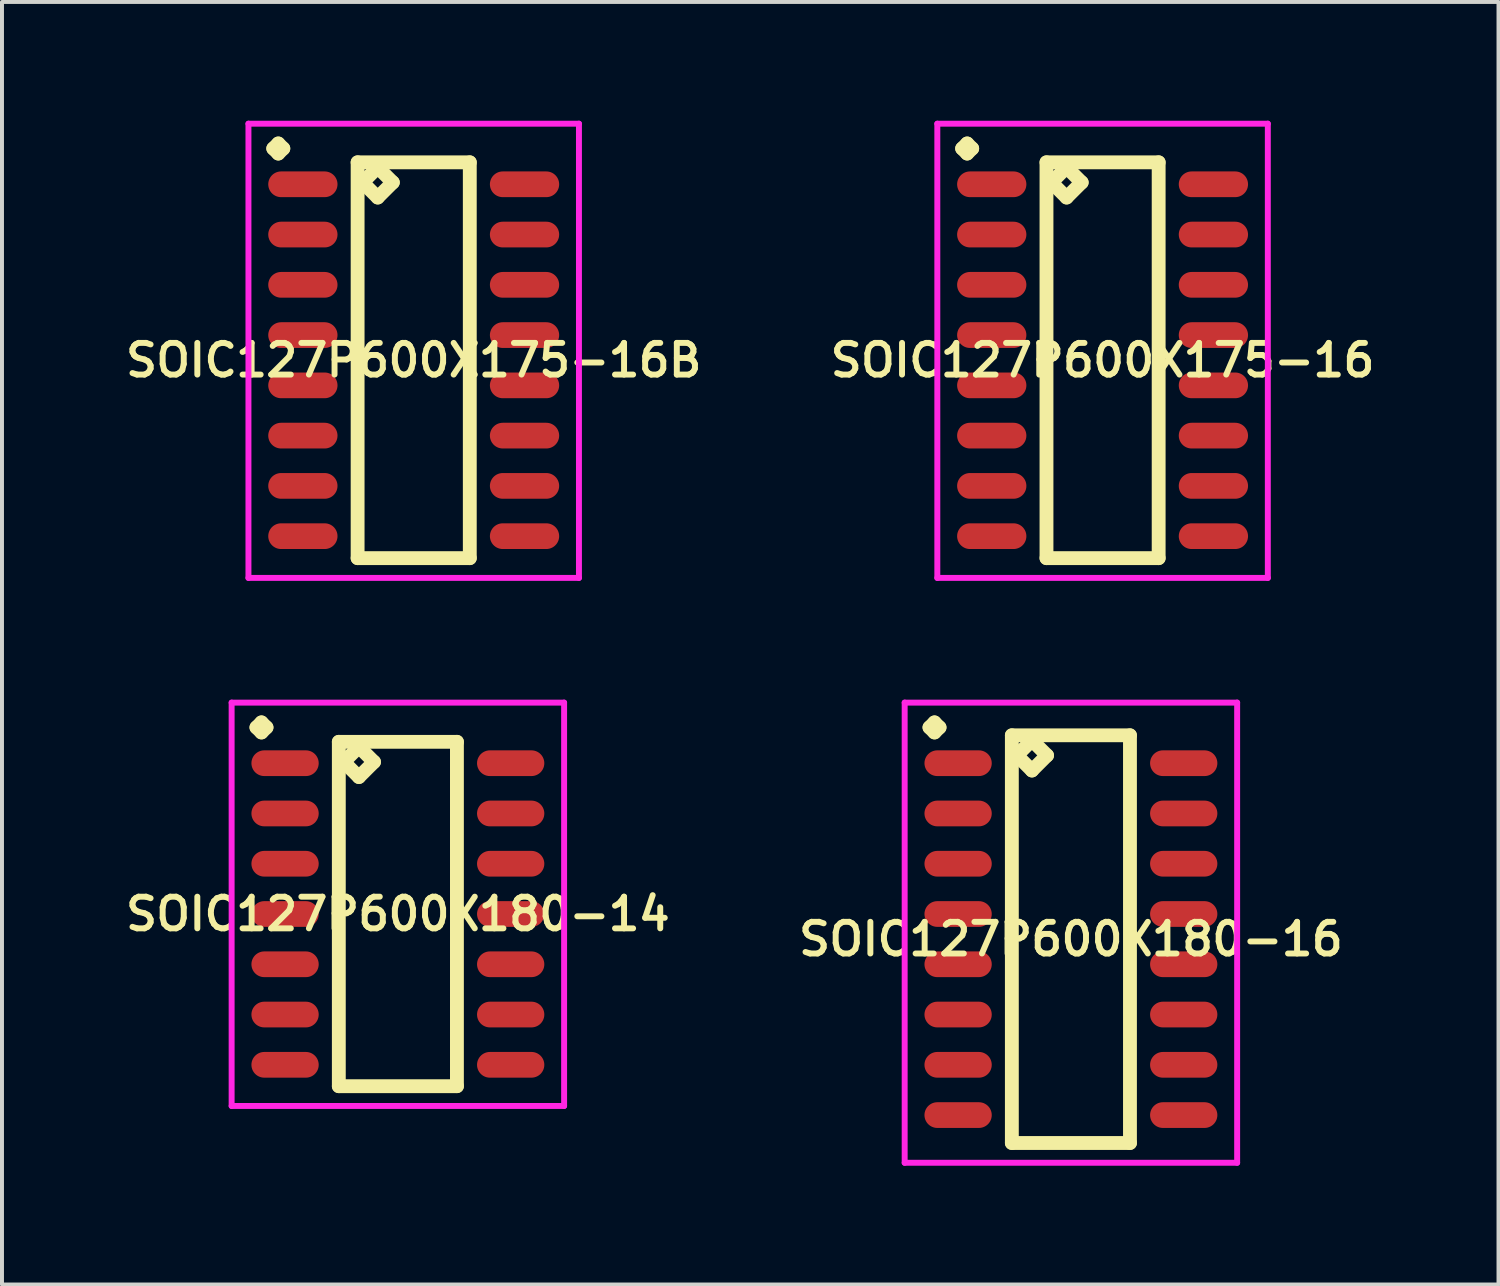
<source format=kicad_pcb>
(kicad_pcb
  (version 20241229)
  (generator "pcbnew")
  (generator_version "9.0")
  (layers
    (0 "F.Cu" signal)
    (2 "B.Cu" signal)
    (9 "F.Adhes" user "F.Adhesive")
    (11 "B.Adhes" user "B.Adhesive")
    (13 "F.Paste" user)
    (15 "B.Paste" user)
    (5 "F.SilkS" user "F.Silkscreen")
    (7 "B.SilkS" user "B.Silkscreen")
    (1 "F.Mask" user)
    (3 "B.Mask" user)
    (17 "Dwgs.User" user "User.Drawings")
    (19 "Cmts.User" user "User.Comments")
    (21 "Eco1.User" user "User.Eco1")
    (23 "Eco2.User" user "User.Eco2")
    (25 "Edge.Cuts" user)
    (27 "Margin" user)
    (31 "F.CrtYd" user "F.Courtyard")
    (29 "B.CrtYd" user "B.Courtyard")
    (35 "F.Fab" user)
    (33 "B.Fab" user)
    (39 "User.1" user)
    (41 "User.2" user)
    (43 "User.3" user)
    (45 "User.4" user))
  (footprint "SOIC127P600X175-16B"
    (layer "F.Cu")
    (at 7.402 6.051)
    (property "Reference" "SOIC127P600X175-16B" (at 0 0 0) (layer "F.SilkS") (effects (font (size 0.8 0.8) (thickness 0.15))))
    (attr smd)
    (fp_line (start -3.548 -5.349) (end -3.421 -5.476) (stroke (width 0.35) (type solid)) (layer "F.SilkS"))
    (fp_line (start -3.421 -5.476) (end -3.294 -5.349) (stroke (width 0.35) (type solid)) (layer "F.SilkS"))
    (fp_line (start -3.421 -5.222) (end -3.548 -5.349) (stroke (width 0.35) (type solid)) (layer "F.SilkS"))
    (fp_line (start -3.294 -5.349) (end -3.421 -5.222) (stroke (width 0.35) (type solid)) (layer "F.SilkS"))
    (fp_line (start -1.417 -5) (end -1.417 5) (stroke (width 0.35) (type solid)) (layer "F.SilkS"))
    (fp_line (start -1.417 5) (end 1.417 5) (stroke (width 0.35) (type solid)) (layer "F.SilkS"))
    (fp_line (start -1.29 -4.492) (end -0.909 -4.873) (stroke (width 0.35) (type solid)) (layer "F.SilkS"))
    (fp_line (start -0.909 -4.873) (end -0.528 -4.492) (stroke (width 0.35) (type solid)) (layer "F.SilkS"))
    (fp_line (start -0.909 -4.111) (end -1.29 -4.492) (stroke (width 0.35) (type solid)) (layer "F.SilkS"))
    (fp_line (start -0.528 -4.492) (end -0.909 -4.111) (stroke (width 0.35) (type solid)) (layer "F.SilkS"))
    (fp_line (start 1.417 -5) (end -1.417 -5) (stroke (width 0.35) (type solid)) (layer "F.SilkS"))
    (fp_line (start 1.417 5) (end 1.417 -5) (stroke (width 0.35) (type solid)) (layer "F.SilkS"))
    (fp_line (start -4.175 -5.976) (end 4.175 -5.976) (stroke (width 0.15) (type solid)) (layer "F.CrtYd"))
    (fp_line (start -4.175 5.5) (end -4.175 -5.976) (stroke (width 0.15) (type solid)) (layer "F.CrtYd"))
    (fp_line (start 4.175 -5.976) (end 4.175 5.5) (stroke (width 0.15) (type solid)) (layer "F.CrtYd"))
    (fp_line (start 4.175 5.5) (end -4.175 5.5) (stroke (width 0.15) (type solid)) (layer "F.CrtYd"))
    (pad "1" smd oval (at -2.8 -4.445) (size 1.75 0.65) (layers "F.Cu" "F.Mask" "F.Paste"))
    (pad "2" smd oval (at -2.8 -3.175) (size 1.75 0.65) (layers "F.Cu" "F.Mask" "F.Paste"))
    (pad "3" smd oval (at -2.8 -1.905) (size 1.75 0.65) (layers "F.Cu" "F.Mask" "F.Paste"))
    (pad "4" smd oval (at -2.8 -0.635) (size 1.75 0.65) (layers "F.Cu" "F.Mask" "F.Paste"))
    (pad "5" smd oval (at -2.8 0.635) (size 1.75 0.65) (layers "F.Cu" "F.Mask" "F.Paste"))
    (pad "6" smd oval (at -2.8 1.905) (size 1.75 0.65) (layers "F.Cu" "F.Mask" "F.Paste"))
    (pad "7" smd oval (at -2.8 3.175) (size 1.75 0.65) (layers "F.Cu" "F.Mask" "F.Paste"))
    (pad "8" smd oval (at -2.8 4.445) (size 1.75 0.65) (layers "F.Cu" "F.Mask" "F.Paste"))
    (pad "9" smd oval (at 2.8 4.445) (size 1.75 0.65) (layers "F.Cu" "F.Mask" "F.Paste"))
    (pad "10" smd oval (at 2.8 3.175) (size 1.75 0.65) (layers "F.Cu" "F.Mask" "F.Paste"))
    (pad "11" smd oval (at 2.8 1.905) (size 1.75 0.65) (layers "F.Cu" "F.Mask" "F.Paste"))
    (pad "12" smd oval (at 2.8 0.635) (size 1.75 0.65) (layers "F.Cu" "F.Mask" "F.Paste"))
    (pad "13" smd oval (at 2.8 -0.635) (size 1.75 0.65) (layers "F.Cu" "F.Mask" "F.Paste"))
    (pad "14" smd oval (at 2.8 -1.905) (size 1.75 0.65) (layers "F.Cu" "F.Mask" "F.Paste"))
    (pad "15" smd oval (at 2.8 -3.175) (size 1.75 0.65) (layers "F.Cu" "F.Mask" "F.Paste"))
    (pad "16" smd oval (at 2.8 -4.445) (size 1.75 0.65) (layers "F.Cu" "F.Mask" "F.Paste")))
  (footprint "SOIC127P600X175-16"
    (layer "F.Cu")
    (at 24.806 6.051)
    (property "Reference" "SOIC127P600X175-16" (at 0 0 0) (layer "F.SilkS") (effects (font (size 0.8 0.8) (thickness 0.15))))
    (attr smd)
    (fp_line (start -3.548 -5.349) (end -3.421 -5.476) (stroke (width 0.35) (type solid)) (layer "F.SilkS"))
    (fp_line (start -3.421 -5.476) (end -3.294 -5.349) (stroke (width 0.35) (type solid)) (layer "F.SilkS"))
    (fp_line (start -3.421 -5.222) (end -3.548 -5.349) (stroke (width 0.35) (type solid)) (layer "F.SilkS"))
    (fp_line (start -3.294 -5.349) (end -3.421 -5.222) (stroke (width 0.35) (type solid)) (layer "F.SilkS"))
    (fp_line (start -1.417 -5) (end -1.417 5) (stroke (width 0.35) (type solid)) (layer "F.SilkS"))
    (fp_line (start -1.417 5) (end 1.417 5) (stroke (width 0.35) (type solid)) (layer "F.SilkS"))
    (fp_line (start -1.29 -4.492) (end -0.909 -4.873) (stroke (width 0.35) (type solid)) (layer "F.SilkS"))
    (fp_line (start -0.909 -4.873) (end -0.528 -4.492) (stroke (width 0.35) (type solid)) (layer "F.SilkS"))
    (fp_line (start -0.909 -4.111) (end -1.29 -4.492) (stroke (width 0.35) (type solid)) (layer "F.SilkS"))
    (fp_line (start -0.528 -4.492) (end -0.909 -4.111) (stroke (width 0.35) (type solid)) (layer "F.SilkS"))
    (fp_line (start 1.417 -5) (end -1.417 -5) (stroke (width 0.35) (type solid)) (layer "F.SilkS"))
    (fp_line (start 1.417 5) (end 1.417 -5) (stroke (width 0.35) (type solid)) (layer "F.SilkS"))
    (fp_line (start -4.175 -5.976) (end 4.175 -5.976) (stroke (width 0.15) (type solid)) (layer "F.CrtYd"))
    (fp_line (start -4.175 5.5) (end -4.175 -5.976) (stroke (width 0.15) (type solid)) (layer "F.CrtYd"))
    (fp_line (start 4.175 -5.976) (end 4.175 5.5) (stroke (width 0.15) (type solid)) (layer "F.CrtYd"))
    (fp_line (start 4.175 5.5) (end -4.175 5.5) (stroke (width 0.15) (type solid)) (layer "F.CrtYd"))
    (pad "1" smd oval (at -2.8 -4.445) (size 1.75 0.65) (layers "F.Cu" "F.Mask" "F.Paste"))
    (pad "2" smd oval (at -2.8 -3.175) (size 1.75 0.65) (layers "F.Cu" "F.Mask" "F.Paste"))
    (pad "3" smd oval (at -2.8 -1.905) (size 1.75 0.65) (layers "F.Cu" "F.Mask" "F.Paste"))
    (pad "4" smd oval (at -2.8 -0.635) (size 1.75 0.65) (layers "F.Cu" "F.Mask" "F.Paste"))
    (pad "5" smd oval (at -2.8 0.635) (size 1.75 0.65) (layers "F.Cu" "F.Mask" "F.Paste"))
    (pad "6" smd oval (at -2.8 1.905) (size 1.75 0.65) (layers "F.Cu" "F.Mask" "F.Paste"))
    (pad "7" smd oval (at -2.8 3.175) (size 1.75 0.65) (layers "F.Cu" "F.Mask" "F.Paste"))
    (pad "8" smd oval (at -2.8 4.445) (size 1.75 0.65) (layers "F.Cu" "F.Mask" "F.Paste"))
    (pad "9" smd oval (at 2.8 4.445) (size 1.75 0.65) (layers "F.Cu" "F.Mask" "F.Paste"))
    (pad "10" smd oval (at 2.8 3.175) (size 1.75 0.65) (layers "F.Cu" "F.Mask" "F.Paste"))
    (pad "11" smd oval (at 2.8 1.905) (size 1.75 0.65) (layers "F.Cu" "F.Mask" "F.Paste"))
    (pad "12" smd oval (at 2.8 0.635) (size 1.75 0.65) (layers "F.Cu" "F.Mask" "F.Paste"))
    (pad "13" smd oval (at 2.8 -0.635) (size 1.75 0.65) (layers "F.Cu" "F.Mask" "F.Paste"))
    (pad "14" smd oval (at 2.8 -1.905) (size 1.75 0.65) (layers "F.Cu" "F.Mask" "F.Paste"))
    (pad "15" smd oval (at 2.8 -3.175) (size 1.75 0.65) (layers "F.Cu" "F.Mask" "F.Paste"))
    (pad "16" smd oval (at 2.8 -4.445) (size 1.75 0.65) (layers "F.Cu" "F.Mask" "F.Paste")))
  (footprint "SOIC127P600X180-14"
    (layer "F.Cu")
    (at 7.002 20.042)
    (property "Reference" "SOIC127P600X180-14" (at 0 0 0) (layer "F.SilkS") (effects (font (size 0.8 0.8) (thickness 0.15))))
    (attr smd)
    (fp_line (start -3.573 -4.714) (end -3.446 -4.841) (stroke (width 0.35) (type solid)) (layer "F.SilkS"))
    (fp_line (start -3.446 -4.841) (end -3.319 -4.714) (stroke (width 0.35) (type solid)) (layer "F.SilkS"))
    (fp_line (start -3.446 -4.587) (end -3.573 -4.714) (stroke (width 0.35) (type solid)) (layer "F.SilkS"))
    (fp_line (start -3.319 -4.714) (end -3.446 -4.587) (stroke (width 0.35) (type solid)) (layer "F.SilkS"))
    (fp_line (start -1.492 -4.35) (end -1.492 4.35) (stroke (width 0.35) (type solid)) (layer "F.SilkS"))
    (fp_line (start -1.492 4.35) (end 1.492 4.35) (stroke (width 0.35) (type solid)) (layer "F.SilkS"))
    (fp_line (start -1.365 -3.842) (end -0.984 -4.223) (stroke (width 0.35) (type solid)) (layer "F.SilkS"))
    (fp_line (start -0.984 -4.223) (end -0.603 -3.842) (stroke (width 0.35) (type solid)) (layer "F.SilkS"))
    (fp_line (start -0.984 -3.461) (end -1.365 -3.842) (stroke (width 0.35) (type solid)) (layer "F.SilkS"))
    (fp_line (start -0.603 -3.842) (end -0.984 -3.461) (stroke (width 0.35) (type solid)) (layer "F.SilkS"))
    (fp_line (start 1.492 -4.35) (end -1.492 -4.35) (stroke (width 0.35) (type solid)) (layer "F.SilkS"))
    (fp_line (start 1.492 4.35) (end 1.492 -4.35) (stroke (width 0.35) (type solid)) (layer "F.SilkS"))
    (fp_line (start -4.2 -5.341) (end 4.2 -5.341) (stroke (width 0.15) (type solid)) (layer "F.CrtYd"))
    (fp_line (start -4.2 4.85) (end -4.2 -5.341) (stroke (width 0.15) (type solid)) (layer "F.CrtYd"))
    (fp_line (start 4.2 -5.341) (end 4.2 4.85) (stroke (width 0.15) (type solid)) (layer "F.CrtYd"))
    (fp_line (start 4.2 4.85) (end -4.2 4.85) (stroke (width 0.15) (type solid)) (layer "F.CrtYd"))
    (pad "1" smd oval (at -2.85 -3.81) (size 1.7 0.65) (layers "F.Cu" "F.Mask" "F.Paste"))
    (pad "2" smd oval (at -2.85 -2.54) (size 1.7 0.65) (layers "F.Cu" "F.Mask" "F.Paste"))
    (pad "3" smd oval (at -2.85 -1.27) (size 1.7 0.65) (layers "F.Cu" "F.Mask" "F.Paste"))
    (pad "4" smd oval (at -2.85 0) (size 1.7 0.65) (layers "F.Cu" "F.Mask" "F.Paste"))
    (pad "5" smd oval (at -2.85 1.27) (size 1.7 0.65) (layers "F.Cu" "F.Mask" "F.Paste"))
    (pad "6" smd oval (at -2.85 2.54) (size 1.7 0.65) (layers "F.Cu" "F.Mask" "F.Paste"))
    (pad "7" smd oval (at -2.85 3.81) (size 1.7 0.65) (layers "F.Cu" "F.Mask" "F.Paste"))
    (pad "8" smd oval (at 2.85 3.81) (size 1.7 0.65) (layers "F.Cu" "F.Mask" "F.Paste"))
    (pad "9" smd oval (at 2.85 2.54) (size 1.7 0.65) (layers "F.Cu" "F.Mask" "F.Paste"))
    (pad "10" smd oval (at 2.85 1.27) (size 1.7 0.65) (layers "F.Cu" "F.Mask" "F.Paste"))
    (pad "11" smd oval (at 2.85 0) (size 1.7 0.65) (layers "F.Cu" "F.Mask" "F.Paste"))
    (pad "12" smd oval (at 2.85 -1.27) (size 1.7 0.65) (layers "F.Cu" "F.Mask" "F.Paste"))
    (pad "13" smd oval (at 2.85 -2.54) (size 1.7 0.65) (layers "F.Cu" "F.Mask" "F.Paste"))
    (pad "14" smd oval (at 2.85 -3.81) (size 1.7 0.65) (layers "F.Cu" "F.Mask" "F.Paste")))
  (footprint "SOIC127P600X180-16"
    (layer "F.Cu")
    (at 24.006 20.677)
    (property "Reference" "SOIC127P600X180-16" (at 0 0 0) (layer "F.SilkS") (effects (font (size 0.8 0.8) (thickness 0.15))))
    (attr through_hole)
    (fp_line (start -3.573 -5.349) (end -3.446 -5.476) (stroke (width 0.35) (type solid)) (layer "F.SilkS"))
    (fp_line (start -3.446 -5.476) (end -3.319 -5.349) (stroke (width 0.35) (type solid)) (layer "F.SilkS"))
    (fp_line (start -3.446 -5.222) (end -3.573 -5.349) (stroke (width 0.35) (type solid)) (layer "F.SilkS"))
    (fp_line (start -3.319 -5.349) (end -3.446 -5.222) (stroke (width 0.35) (type solid)) (layer "F.SilkS"))
    (fp_line (start -1.492 -5.15) (end -1.492 5.15) (stroke (width 0.35) (type solid)) (layer "F.SilkS"))
    (fp_line (start -1.492 5.15) (end 1.492 5.15) (stroke (width 0.35) (type solid)) (layer "F.SilkS"))
    (fp_line (start -1.365 -4.642) (end -0.984 -5.023) (stroke (width 0.35) (type solid)) (layer "F.SilkS"))
    (fp_line (start -0.984 -5.023) (end -0.603 -4.642) (stroke (width 0.35) (type solid)) (layer "F.SilkS"))
    (fp_line (start -0.984 -4.261) (end -1.365 -4.642) (stroke (width 0.35) (type solid)) (layer "F.SilkS"))
    (fp_line (start -0.603 -4.642) (end -0.984 -4.261) (stroke (width 0.35) (type solid)) (layer "F.SilkS"))
    (fp_line (start 1.492 -5.15) (end -1.492 -5.15) (stroke (width 0.35) (type solid)) (layer "F.SilkS"))
    (fp_line (start 1.492 5.15) (end 1.492 -5.15) (stroke (width 0.35) (type solid)) (layer "F.SilkS"))
    (fp_line (start -4.2 -5.976) (end 4.2 -5.976) (stroke (width 0.15) (type solid)) (layer "F.CrtYd"))
    (fp_line (start -4.2 5.65) (end -4.2 -5.976) (stroke (width 0.15) (type solid)) (layer "F.CrtYd"))
    (fp_line (start 4.2 -5.976) (end 4.2 5.65) (stroke (width 0.15) (type solid)) (layer "F.CrtYd"))
    (fp_line (start 4.2 5.65) (end -4.2 5.65) (stroke (width 0.15) (type solid)) (layer "F.CrtYd"))
    (pad "1" smd oval (at -2.85 -4.445) (size 1.7 0.65) (layers "F.Cu" "F.Mask" "F.Paste"))
    (pad "2" smd oval (at -2.85 -3.175) (size 1.7 0.65) (layers "F.Cu" "F.Mask" "F.Paste"))
    (pad "3" smd oval (at -2.85 -1.905) (size 1.7 0.65) (layers "F.Cu" "F.Mask" "F.Paste"))
    (pad "4" smd oval (at -2.85 -0.635) (size 1.7 0.65) (layers "F.Cu" "F.Mask" "F.Paste"))
    (pad "5" smd oval (at -2.85 0.635) (size 1.7 0.65) (layers "F.Cu" "F.Mask" "F.Paste"))
    (pad "6" smd oval (at -2.85 1.905) (size 1.7 0.65) (layers "F.Cu" "F.Mask" "F.Paste"))
    (pad "7" smd oval (at -2.85 3.175) (size 1.7 0.65) (layers "F.Cu" "F.Mask" "F.Paste"))
    (pad "8" smd oval (at -2.85 4.445) (size 1.7 0.65) (layers "F.Cu" "F.Mask" "F.Paste"))
    (pad "9" smd oval (at 2.85 4.445) (size 1.7 0.65) (layers "F.Cu" "F.Mask" "F.Paste"))
    (pad "10" smd oval (at 2.85 3.175) (size 1.7 0.65) (layers "F.Cu" "F.Mask" "F.Paste"))
    (pad "11" smd oval (at 2.85 1.905) (size 1.7 0.65) (layers "F.Cu" "F.Mask" "F.Paste"))
    (pad "12" smd oval (at 2.85 0.635) (size 1.7 0.65) (layers "F.Cu" "F.Mask" "F.Paste"))
    (pad "13" smd oval (at 2.85 -0.635) (size 1.7 0.65) (layers "F.Cu" "F.Mask" "F.Paste"))
    (pad "14" smd oval (at 2.85 -1.905) (size 1.7 0.65) (layers "F.Cu" "F.Mask" "F.Paste"))
    (pad "15" smd oval (at 2.85 -3.175) (size 1.7 0.65) (layers "F.Cu" "F.Mask" "F.Paste"))
    (pad "16" smd oval (at 2.85 -4.445) (size 1.7 0.65) (layers "F.Cu" "F.Mask" "F.Paste")))
  (gr_rect
    (start -3 -3)
    (end 34.809 29.402)
    (stroke (width 0.1) (type default))
    (fill no)
    (layer "Edge.Cuts")))
</source>
